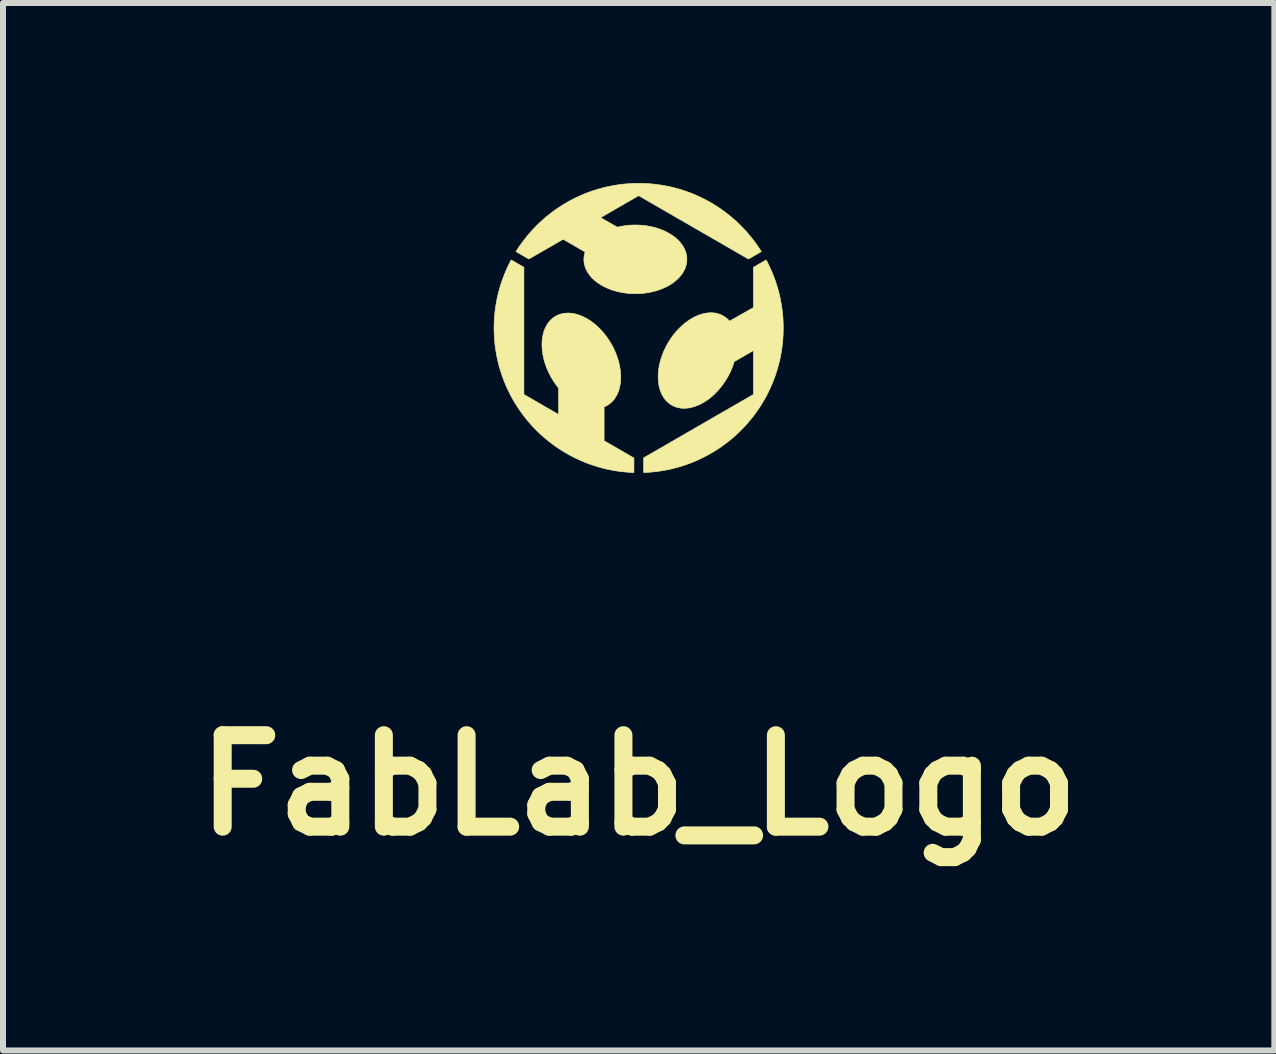
<source format=kicad_pcb>
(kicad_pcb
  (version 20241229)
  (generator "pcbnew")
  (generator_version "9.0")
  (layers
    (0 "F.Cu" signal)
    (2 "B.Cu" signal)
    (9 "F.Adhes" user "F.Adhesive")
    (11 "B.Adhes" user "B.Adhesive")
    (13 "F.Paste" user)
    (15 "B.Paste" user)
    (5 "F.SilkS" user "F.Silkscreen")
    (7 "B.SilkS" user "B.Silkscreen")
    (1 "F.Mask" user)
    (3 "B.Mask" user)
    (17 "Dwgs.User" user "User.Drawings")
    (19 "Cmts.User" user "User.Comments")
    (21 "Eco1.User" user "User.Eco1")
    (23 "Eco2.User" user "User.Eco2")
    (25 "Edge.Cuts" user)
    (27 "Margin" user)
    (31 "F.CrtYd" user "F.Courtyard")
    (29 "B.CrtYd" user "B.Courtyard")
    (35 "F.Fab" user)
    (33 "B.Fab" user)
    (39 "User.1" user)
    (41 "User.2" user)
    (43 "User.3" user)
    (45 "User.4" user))
  (footprint "FabLab_Logo"
    (layer "F.Cu")
    (at 7.591 2.414)
    (property "Reference" "FabLab_Logo" (at 0 7.62 0) (layer "F.SilkS") (effects (font (size 1.524 1.524) (thickness 0.3))))
    (attr through_hole)
    (fp_poly (pts (xy -2.123 -1.133) (xy -2.122 -1.132) (xy -2.119 -1.131) (xy -2.116 -1.129) (xy -2.112 -1.126) (xy -2.107 -1.123) (xy -2.101 -1.12) (xy -2.095 -1.117) (xy -2.088 -1.113) (xy -2.08 -1.108) (xy -2.072 -1.104) (xy -2.063 -1.099) (xy -2.054 -1.093) (xy -2.045 -1.088) (xy -2.035 -1.082) (xy -2.025 -1.076) (xy -2.018 -1.072) (xy -1.912 -1.011) (xy -1.912 0.048) (xy -1.912 1.108) (xy -1.623 1.275) (xy -1.606 1.285) (xy -1.589 1.295) (xy -1.573 1.304) (xy -1.557 1.313) (xy -1.541 1.323) (xy -1.525 1.332) (xy -1.51 1.34) (xy -1.495 1.349) (xy -1.481 1.357) (xy -1.467 1.365) (xy -1.454 1.373) (xy -1.441 1.38) (xy -1.429 1.387) (xy -1.417 1.394) (xy -1.407 1.4) (xy -1.396 1.406) (xy -1.387 1.412) (xy -1.378 1.417) (xy -1.37 1.421) (xy -1.362 1.426) (xy -1.356 1.429) (xy -1.35 1.433) (xy -1.345 1.435) (xy -1.341 1.438) (xy -1.338 1.44) (xy -1.336 1.441) (xy -1.335 1.441) (xy -1.334 1.442) (xy -1.334 1.441) (xy -1.334 1.439) (xy -1.334 1.436) (xy -1.334 1.433) (xy -1.334 1.428) (xy -1.334 1.422) (xy -1.334 1.415) (xy -1.334 1.407) (xy -1.334 1.399) (xy -1.334 1.39) (xy -1.334 1.379) (xy -1.334 1.369) (xy -1.334 1.357) (xy -1.334 1.345) (xy -1.334 1.332) (xy -1.334 1.319) (xy -1.334 1.305) (xy -1.334 1.291) (xy -1.334 1.276) (xy -1.334 1.261) (xy -1.334 1.245) (xy -1.334 1.229) (xy -1.334 1.002) (xy -1.344 0.989) (xy -1.367 0.96) (xy -1.388 0.931) (xy -1.409 0.9) (xy -1.429 0.869) (xy -1.448 0.838) (xy -1.466 0.806) (xy -1.483 0.773) (xy -1.5 0.74) (xy -1.515 0.707) (xy -1.529 0.674) (xy -1.542 0.64) (xy -1.554 0.606) (xy -1.565 0.572) (xy -1.575 0.538) (xy -1.583 0.504) (xy -1.585 0.497) (xy -1.59 0.471) (xy -1.595 0.446) (xy -1.6 0.421) (xy -1.603 0.396) (xy -1.606 0.371) (xy -1.608 0.345) (xy -1.61 0.32) (xy -1.61 0.315) (xy -1.61 0.31) (xy -1.61 0.304) (xy -1.61 0.298) (xy -1.611 0.29) (xy -1.611 0.283) (xy -1.611 0.276) (xy -1.611 0.268) (xy -1.611 0.261) (xy -1.61 0.254) (xy -1.61 0.248) (xy -1.61 0.242) (xy -1.61 0.238) (xy -1.61 0.236) (xy -1.608 0.213) (xy -1.606 0.191) (xy -1.604 0.17) (xy -1.601 0.15) (xy -1.597 0.131) (xy -1.593 0.112) (xy -1.589 0.093) (xy -1.583 0.074) (xy -1.578 0.055) (xy -1.576 0.052) (xy -1.568 0.029) (xy -1.559 0.007) (xy -1.549 -0.014) (xy -1.539 -0.034) (xy -1.527 -0.054) (xy -1.515 -0.073) (xy -1.502 -0.091) (xy -1.489 -0.108) (xy -1.474 -0.124) (xy -1.459 -0.139) (xy -1.443 -0.153) (xy -1.44 -0.157) (xy -1.423 -0.17) (xy -1.405 -0.182) (xy -1.387 -0.193) (xy -1.369 -0.203) (xy -1.35 -0.213) (xy -1.33 -0.221) (xy -1.31 -0.228) (xy -1.289 -0.234) (xy -1.271 -0.238) (xy -1.249 -0.242) (xy -1.228 -0.245) (xy -1.205 -0.247) (xy -1.183 -0.248) (xy -1.16 -0.248) (xy -1.137 -0.246) (xy -1.114 -0.244) (xy -1.09 -0.24) (xy -1.066 -0.236) (xy -1.042 -0.23) (xy -1.018 -0.223) (xy -1.001 -0.218) (xy -0.975 -0.208) (xy -0.949 -0.198) (xy -0.923 -0.186) (xy -0.897 -0.173) (xy -0.871 -0.16) (xy -0.845 -0.145) (xy -0.82 -0.129) (xy -0.795 -0.112) (xy -0.77 -0.094) (xy -0.746 -0.075) (xy -0.721 -0.055) (xy -0.697 -0.034) (xy -0.674 -0.013) (xy -0.651 0.01) (xy -0.628 0.033) (xy -0.606 0.058) (xy -0.59 0.076) (xy -0.568 0.104) (xy -0.545 0.132) (xy -0.524 0.161) (xy -0.503 0.191) (xy -0.484 0.222) (xy -0.465 0.252) (xy -0.447 0.284) (xy -0.43 0.315) (xy -0.414 0.348) (xy -0.399 0.38) (xy -0.385 0.413) (xy -0.372 0.446) (xy -0.36 0.479) (xy -0.349 0.512) (xy -0.339 0.546) (xy -0.33 0.579) (xy -0.322 0.613) (xy -0.315 0.646) (xy -0.31 0.68) (xy -0.307 0.695) (xy -0.305 0.713) (xy -0.303 0.731) (xy -0.302 0.747) (xy -0.301 0.764) (xy -0.3 0.781) (xy -0.299 0.798) (xy -0.299 0.817) (xy -0.299 0.818) (xy -0.299 0.827) (xy -0.299 0.836) (xy -0.299 0.843) (xy -0.3 0.85) (xy -0.3 0.857) (xy -0.3 0.864) (xy -0.301 0.871) (xy -0.301 0.878) (xy -0.302 0.886) (xy -0.302 0.886) (xy -0.304 0.913) (xy -0.308 0.939) (xy -0.313 0.965) (xy -0.318 0.99) (xy -0.324 1.014) (xy -0.331 1.038) (xy -0.339 1.061) (xy -0.348 1.083) (xy -0.358 1.105) (xy -0.368 1.125) (xy -0.38 1.145) (xy -0.392 1.164) (xy -0.393 1.167) (xy -0.406 1.185) (xy -0.42 1.202) (xy -0.435 1.219) (xy -0.45 1.234) (xy -0.466 1.248) (xy -0.482 1.262) (xy -0.499 1.274) (xy -0.517 1.286) (xy -0.536 1.297) (xy -0.555 1.306) (xy -0.567 1.312) (xy -0.576 1.315) (xy -0.576 1.88) (xy -0.327 2.023) (xy -0.079 2.167) (xy -0.079 2.288) (xy -0.079 2.409) (xy -0.086 2.409) (xy -0.089 2.409) (xy -0.092 2.409) (xy -0.095 2.409) (xy -0.097 2.409) (xy -0.15 2.406) (xy -0.203 2.402) (xy -0.256 2.397) (xy -0.309 2.391) (xy -0.362 2.384) (xy -0.414 2.375) (xy -0.466 2.365) (xy -0.518 2.355) (xy -0.569 2.343) (xy -0.621 2.33) (xy -0.671 2.316) (xy -0.722 2.3) (xy -0.772 2.284) (xy -0.822 2.267) (xy -0.871 2.248) (xy -0.92 2.228) (xy -0.969 2.208) (xy -1.017 2.186) (xy -1.065 2.163) (xy -1.112 2.139) (xy -1.135 2.127) (xy -1.182 2.101) (xy -1.228 2.074) (xy -1.273 2.047) (xy -1.318 2.018) (xy -1.362 1.989) (xy -1.406 1.958) (xy -1.449 1.926) (xy -1.491 1.894) (xy -1.532 1.86) (xy -1.573 1.826) (xy -1.613 1.791) (xy -1.636 1.77) (xy -1.653 1.754) (xy -1.67 1.738) (xy -1.688 1.721) (xy -1.705 1.703) (xy -1.723 1.685) (xy -1.74 1.668) (xy -1.757 1.65) (xy -1.773 1.633) (xy -1.776 1.63) (xy -1.811 1.59) (xy -1.846 1.55) (xy -1.88 1.509) (xy -1.912 1.467) (xy -1.944 1.425) (xy -1.975 1.382) (xy -2.005 1.338) (xy -2.033 1.294) (xy -2.061 1.249) (xy -2.088 1.204) (xy -2.114 1.158) (xy -2.139 1.112) (xy -2.162 1.065) (xy -2.185 1.017) (xy -2.207 0.969) (xy -2.227 0.921) (xy -2.247 0.872) (xy -2.265 0.823) (xy -2.283 0.773) (xy -2.299 0.723) (xy -2.314 0.673) (xy -2.329 0.622) (xy -2.342 0.571) (xy -2.353 0.519) (xy -2.363 0.475) (xy -2.372 0.425) (xy -2.38 0.375) (xy -2.388 0.325) (xy -2.394 0.275) (xy -2.399 0.224) (xy -2.403 0.173) (xy -2.406 0.122) (xy -2.408 0.07) (xy -2.409 0.061) (xy -2.409 0.047) (xy -2.409 0.033) (xy -2.409 0.018) (xy -2.409 0.002) (xy -2.409 -0.015) (xy -2.409 -0.031) (xy -2.409 -0.048) (xy -2.408 -0.064) (xy -2.408 -0.08) (xy -2.407 -0.096) (xy -2.407 -0.111) (xy -2.406 -0.125) (xy -2.406 -0.128) (xy -2.402 -0.181) (xy -2.398 -0.234) (xy -2.392 -0.287) (xy -2.385 -0.339) (xy -2.377 -0.391) (xy -2.368 -0.443) (xy -2.358 -0.495) (xy -2.346 -0.547) (xy -2.333 -0.598) (xy -2.32 -0.649) (xy -2.305 -0.7) (xy -2.289 -0.75) (xy -2.272 -0.8) (xy -2.253 -0.85) (xy -2.234 -0.899) (xy -2.213 -0.948) (xy -2.192 -0.997) (xy -2.169 -1.045) (xy -2.145 -1.093) (xy -2.135 -1.114) (xy -2.132 -1.118) (xy -2.13 -1.122) (xy -2.128 -1.126) (xy -2.126 -1.129) (xy -2.125 -1.131) (xy -2.124 -1.133) (xy -2.124 -1.133) (xy -2.124 -1.133) (xy -2.123 -1.133)) (stroke (width 0.01) (type solid)) (fill yes) (layer "F.SilkS"))
    (fp_poly (pts (xy 2.125 -1.132) (xy 2.126 -1.13) (xy 2.127 -1.128) (xy 2.129 -1.125) (xy 2.131 -1.121) (xy 2.133 -1.117) (xy 2.135 -1.113) (xy 2.159 -1.065) (xy 2.182 -1.017) (xy 2.204 -0.969) (xy 2.225 -0.92) (xy 2.245 -0.871) (xy 2.264 -0.821) (xy 2.282 -0.771) (xy 2.298 -0.721) (xy 2.313 -0.671) (xy 2.328 -0.62) (xy 2.341 -0.569) (xy 2.353 -0.518) (xy 2.364 -0.466) (xy 2.373 -0.414) (xy 2.382 -0.362) (xy 2.389 -0.31) (xy 2.395 -0.257) (xy 2.401 -0.205) (xy 2.404 -0.166) (xy 2.405 -0.147) (xy 2.406 -0.129) (xy 2.407 -0.112) (xy 2.407 -0.094) (xy 2.408 -0.077) (xy 2.409 -0.059) (xy 2.409 -0.041) (xy 2.409 -0.022) (xy 2.409 -0.003) (xy 2.409 0.001) (xy 2.409 0.022) (xy 2.409 0.042) (xy 2.409 0.061) (xy 2.408 0.08) (xy 2.407 0.098) (xy 2.407 0.117) (xy 2.406 0.135) (xy 2.404 0.155) (xy 2.404 0.165) (xy 2.4 0.218) (xy 2.394 0.271) (xy 2.388 0.324) (xy 2.38 0.376) (xy 2.372 0.428) (xy 2.362 0.48) (xy 2.351 0.532) (xy 2.338 0.583) (xy 2.325 0.634) (xy 2.311 0.685) (xy 2.295 0.736) (xy 2.279 0.786) (xy 2.261 0.835) (xy 2.242 0.885) (xy 2.222 0.934) (xy 2.201 0.982) (xy 2.179 1.03) (xy 2.156 1.078) (xy 2.132 1.125) (xy 2.112 1.162) (xy 2.086 1.208) (xy 2.059 1.253) (xy 2.031 1.298) (xy 2.002 1.343) (xy 1.971 1.386) (xy 1.94 1.43) (xy 1.909 1.472) (xy 1.876 1.513) (xy 1.842 1.554) (xy 1.807 1.595) (xy 1.772 1.634) (xy 1.735 1.673) (xy 1.698 1.71) (xy 1.66 1.748) (xy 1.621 1.784) (xy 1.592 1.81) (xy 1.552 1.844) (xy 1.511 1.878) (xy 1.469 1.911) (xy 1.426 1.943) (xy 1.383 1.974) (xy 1.34 2.004) (xy 1.295 2.033) (xy 1.25 2.061) (xy 1.204 2.088) (xy 1.158 2.114) (xy 1.111 2.139) (xy 1.064 2.163) (xy 1.027 2.181) (xy 0.979 2.203) (xy 0.931 2.224) (xy 0.882 2.244) (xy 0.832 2.263) (xy 0.782 2.281) (xy 0.732 2.297) (xy 0.681 2.313) (xy 0.631 2.327) (xy 0.579 2.34) (xy 0.528 2.353) (xy 0.476 2.364) (xy 0.424 2.373) (xy 0.371 2.382) (xy 0.319 2.39) (xy 0.307 2.391) (xy 0.272 2.395) (xy 0.237 2.399) (xy 0.202 2.402) (xy 0.166 2.405) (xy 0.129 2.407) (xy 0.092 2.409) (xy 0.092 2.409) (xy 0.082 2.409) (xy 0.082 2.165) (xy 0.996 1.637) (xy 1.027 1.62) (xy 1.057 1.602) (xy 1.087 1.585) (xy 1.117 1.567) (xy 1.146 1.55) (xy 1.175 1.534) (xy 1.204 1.517) (xy 1.233 1.5) (xy 1.261 1.484) (xy 1.289 1.468) (xy 1.316 1.452) (xy 1.343 1.437) (xy 1.37 1.421) (xy 1.396 1.406) (xy 1.421 1.391) (xy 1.447 1.377) (xy 1.471 1.363) (xy 1.496 1.349) (xy 1.519 1.335) (xy 1.543 1.322) (xy 1.565 1.308) (xy 1.587 1.296) (xy 1.609 1.283) (xy 1.63 1.271) (xy 1.65 1.259) (xy 1.67 1.248) (xy 1.689 1.237) (xy 1.707 1.227) (xy 1.725 1.216) (xy 1.742 1.207) (xy 1.758 1.197) (xy 1.773 1.188) (xy 1.788 1.18) (xy 1.802 1.171) (xy 1.816 1.164) (xy 1.828 1.157) (xy 1.84 1.15) (xy 1.851 1.144) (xy 1.861 1.138) (xy 1.87 1.132) (xy 1.878 1.128) (xy 1.886 1.123) (xy 1.892 1.12) (xy 1.898 1.116) (xy 1.902 1.114) (xy 1.906 1.111) (xy 1.909 1.11) (xy 1.911 1.109) (xy 1.911 1.108) (xy 1.911 1.108) (xy 1.911 1.108) (xy 1.911 1.108) (xy 1.911 1.107) (xy 1.912 1.106) (xy 1.912 1.105) (xy 1.912 1.103) (xy 1.912 1.101) (xy 1.912 1.099) (xy 1.912 1.096) (xy 1.912 1.092) (xy 1.912 1.088) (xy 1.912 1.084) (xy 1.912 1.079) (xy 1.912 1.074) (xy 1.912 1.067) (xy 1.912 1.061) (xy 1.912 1.053) (xy 1.912 1.045) (xy 1.912 1.037) (xy 1.912 1.027) (xy 1.912 1.017) (xy 1.912 1.006) (xy 1.912 0.994) (xy 1.912 0.982) (xy 1.912 0.968) (xy 1.912 0.954) (xy 1.912 0.939) (xy 1.912 0.923) (xy 1.912 0.906) (xy 1.912 0.888) (xy 1.912 0.869) (xy 1.912 0.849) (xy 1.912 0.827) (xy 1.912 0.805) (xy 1.912 0.782) (xy 1.912 0.757) (xy 1.912 0.742) (xy 1.912 0.376) (xy 1.752 0.469) (xy 1.592 0.561) (xy 1.586 0.581) (xy 1.574 0.616) (xy 1.561 0.652) (xy 1.547 0.687) (xy 1.532 0.722) (xy 1.515 0.756) (xy 1.498 0.79) (xy 1.48 0.823) (xy 1.46 0.856) (xy 1.44 0.888) (xy 1.419 0.919) (xy 1.397 0.95) (xy 1.373 0.98) (xy 1.353 1.005) (xy 1.344 1.017) (xy 1.335 1.027) (xy 1.326 1.037) (xy 1.317 1.047) (xy 1.308 1.057) (xy 1.298 1.066) (xy 1.288 1.077) (xy 1.286 1.079) (xy 1.27 1.096) (xy 1.253 1.111) (xy 1.238 1.126) (xy 1.222 1.14) (xy 1.206 1.153) (xy 1.189 1.167) (xy 1.172 1.18) (xy 1.164 1.186) (xy 1.153 1.194) (xy 1.142 1.202) (xy 1.131 1.209) (xy 1.12 1.216) (xy 1.113 1.222) (xy 1.088 1.237) (xy 1.064 1.251) (xy 1.039 1.264) (xy 1.015 1.276) (xy 0.99 1.287) (xy 0.965 1.297) (xy 0.941 1.306) (xy 0.916 1.314) (xy 0.892 1.321) (xy 0.867 1.327) (xy 0.843 1.332) (xy 0.819 1.335) (xy 0.816 1.335) (xy 0.81 1.336) (xy 0.804 1.337) (xy 0.798 1.337) (xy 0.793 1.338) (xy 0.787 1.338) (xy 0.781 1.338) (xy 0.775 1.338) (xy 0.768 1.338) (xy 0.765 1.339) (xy 0.756 1.339) (xy 0.748 1.339) (xy 0.741 1.339) (xy 0.735 1.338) (xy 0.729 1.338) (xy 0.723 1.338) (xy 0.717 1.337) (xy 0.71 1.336) (xy 0.708 1.336) (xy 0.686 1.333) (xy 0.665 1.329) (xy 0.644 1.324) (xy 0.623 1.318) (xy 0.603 1.311) (xy 0.584 1.303) (xy 0.565 1.293) (xy 0.546 1.283) (xy 0.528 1.272) (xy 0.511 1.259) (xy 0.495 1.246) (xy 0.479 1.232) (xy 0.463 1.217) (xy 0.449 1.201) (xy 0.435 1.184) (xy 0.422 1.166) (xy 0.419 1.161) (xy 0.411 1.149) (xy 0.403 1.136) (xy 0.395 1.122) (xy 0.388 1.108) (xy 0.381 1.093) (xy 0.374 1.079) (xy 0.369 1.065) (xy 0.368 1.063) (xy 0.359 1.04) (xy 0.352 1.015) (xy 0.345 0.99) (xy 0.339 0.965) (xy 0.335 0.939) (xy 0.331 0.912) (xy 0.328 0.885) (xy 0.326 0.857) (xy 0.325 0.829) (xy 0.325 0.801) (xy 0.326 0.772) (xy 0.328 0.742) (xy 0.331 0.713) (xy 0.334 0.683) (xy 0.339 0.653) (xy 0.339 0.65) (xy 0.346 0.616) (xy 0.354 0.582) (xy 0.363 0.547) (xy 0.373 0.513) (xy 0.384 0.479) (xy 0.396 0.445) (xy 0.409 0.412) (xy 0.424 0.378) (xy 0.439 0.345) (xy 0.455 0.312) (xy 0.473 0.279) (xy 0.491 0.246) (xy 0.511 0.214) (xy 0.516 0.207) (xy 0.535 0.178) (xy 0.555 0.15) (xy 0.575 0.122) (xy 0.597 0.094) (xy 0.62 0.067) (xy 0.643 0.04) (xy 0.645 0.038) (xy 0.648 0.035) (xy 0.652 0.031) (xy 0.657 0.026) (xy 0.662 0.021) (xy 0.667 0.015) (xy 0.673 0.009) (xy 0.679 0.004) (xy 0.685 -0.002) (xy 0.69 -0.008) (xy 0.696 -0.013) (xy 0.701 -0.019) (xy 0.706 -0.023) (xy 0.71 -0.027) (xy 0.713 -0.03) (xy 0.713 -0.03) (xy 0.739 -0.053) (xy 0.764 -0.074) (xy 0.79 -0.094) (xy 0.816 -0.113) (xy 0.842 -0.131) (xy 0.868 -0.148) (xy 0.894 -0.163) (xy 0.921 -0.178) (xy 0.948 -0.191) (xy 0.975 -0.203) (xy 1.001 -0.214) (xy 1.026 -0.222) (xy 1.051 -0.23) (xy 1.076 -0.237) (xy 1.101 -0.242) (xy 1.126 -0.247) (xy 1.151 -0.25) (xy 1.164 -0.251) (xy 1.168 -0.252) (xy 1.174 -0.252) (xy 1.18 -0.252) (xy 1.187 -0.253) (xy 1.194 -0.253) (xy 1.201 -0.253) (xy 1.208 -0.253) (xy 1.215 -0.253) (xy 1.221 -0.253) (xy 1.227 -0.253) (xy 1.23 -0.252) (xy 1.253 -0.25) (xy 1.275 -0.248) (xy 1.296 -0.244) (xy 1.317 -0.238) (xy 1.338 -0.232) (xy 1.358 -0.225) (xy 1.377 -0.217) (xy 1.396 -0.208) (xy 1.415 -0.197) (xy 1.433 -0.186) (xy 1.45 -0.173) (xy 1.46 -0.166) (xy 1.467 -0.16) (xy 1.474 -0.154) (xy 1.482 -0.147) (xy 1.489 -0.14) (xy 1.496 -0.133) (xy 1.503 -0.126) (xy 1.507 -0.122) (xy 1.514 -0.114) (xy 1.523 -0.119) (xy 1.524 -0.12) (xy 1.526 -0.121) (xy 1.529 -0.123) (xy 1.533 -0.125) (xy 1.538 -0.128) (xy 1.544 -0.131) (xy 1.55 -0.135) (xy 1.558 -0.139) (xy 1.566 -0.143) (xy 1.574 -0.148) (xy 1.584 -0.153) (xy 1.594 -0.159) (xy 1.604 -0.165) (xy 1.615 -0.171) (xy 1.627 -0.178) (xy 1.639 -0.185) (xy 1.651 -0.192) (xy 1.664 -0.199) (xy 1.677 -0.206) (xy 1.69 -0.214) (xy 1.704 -0.222) (xy 1.718 -0.23) (xy 1.722 -0.232) (xy 1.912 -0.34) (xy 1.912 -0.675) (xy 1.912 -1.01) (xy 2.018 -1.072) (xy 2.032 -1.079) (xy 2.044 -1.087) (xy 2.056 -1.094) (xy 2.067 -1.1) (xy 2.077 -1.106) (xy 2.086 -1.111) (xy 2.094 -1.115) (xy 2.101 -1.119) (xy 2.108 -1.123) (xy 2.113 -1.126) (xy 2.117 -1.128) (xy 2.121 -1.13) (xy 2.123 -1.131) (xy 2.124 -1.132) (xy 2.125 -1.132) (xy 2.125 -1.132)) (stroke (width 0.01) (type solid)) (fill yes) (layer "F.SilkS"))
    (fp_poly (pts (xy 0.031 -2.409) (xy 0.058 -2.409) (xy 0.084 -2.408) (xy 0.098 -2.407) (xy 0.151 -2.405) (xy 0.203 -2.401) (xy 0.256 -2.396) (xy 0.308 -2.39) (xy 0.361 -2.382) (xy 0.413 -2.374) (xy 0.465 -2.364) (xy 0.516 -2.354) (xy 0.568 -2.342) (xy 0.606 -2.332) (xy 0.657 -2.318) (xy 0.707 -2.304) (xy 0.757 -2.287) (xy 0.807 -2.27) (xy 0.857 -2.252) (xy 0.906 -2.233) (xy 0.954 -2.212) (xy 1.002 -2.191) (xy 1.05 -2.168) (xy 1.097 -2.145) (xy 1.144 -2.12) (xy 1.19 -2.095) (xy 1.235 -2.068) (xy 1.28 -2.04) (xy 1.324 -2.012) (xy 1.368 -1.982) (xy 1.411 -1.951) (xy 1.454 -1.92) (xy 1.496 -1.887) (xy 1.537 -1.854) (xy 1.577 -1.819) (xy 1.617 -1.784) (xy 1.626 -1.776) (xy 1.642 -1.76) (xy 1.66 -1.744) (xy 1.677 -1.727) (xy 1.695 -1.71) (xy 1.713 -1.692) (xy 1.73 -1.674) (xy 1.747 -1.656) (xy 1.764 -1.639) (xy 1.779 -1.622) (xy 1.784 -1.617) (xy 1.819 -1.577) (xy 1.853 -1.536) (xy 1.886 -1.496) (xy 1.919 -1.454) (xy 1.95 -1.412) (xy 1.98 -1.369) (xy 2.01 -1.325) (xy 2.033 -1.289) (xy 2.036 -1.285) (xy 2.038 -1.282) (xy 2.04 -1.278) (xy 2.042 -1.276) (xy 2.043 -1.274) (xy 2.043 -1.273) (xy 2.044 -1.272) (xy 2.043 -1.272) (xy 2.042 -1.271) (xy 2.039 -1.27) (xy 2.036 -1.268) (xy 2.032 -1.265) (xy 2.027 -1.262) (xy 2.022 -1.259) (xy 2.016 -1.256) (xy 2.009 -1.252) (xy 2.002 -1.248) (xy 1.995 -1.243) (xy 1.987 -1.239) (xy 1.978 -1.234) (xy 1.97 -1.229) (xy 1.961 -1.224) (xy 1.952 -1.219) (xy 1.943 -1.214) (xy 1.934 -1.208) (xy 1.925 -1.203) (xy 1.916 -1.198) (xy 1.907 -1.193) (xy 1.899 -1.188) (xy 1.89 -1.183) (xy 1.882 -1.178) (xy 1.874 -1.174) (xy 1.867 -1.17) (xy 1.86 -1.166) (xy 1.854 -1.162) (xy 1.848 -1.159) (xy 1.843 -1.156) (xy 1.839 -1.154) (xy 1.835 -1.152) (xy 1.832 -1.15) (xy 1.83 -1.149) (xy 1.829 -1.148) (xy 1.829 -1.148) (xy 1.829 -1.149) (xy 1.827 -1.15) (xy 1.825 -1.151) (xy 1.821 -1.153) (xy 1.817 -1.156) (xy 1.811 -1.159) (xy 1.805 -1.162) (xy 1.798 -1.166) (xy 1.79 -1.171) (xy 1.781 -1.176) (xy 1.772 -1.182) (xy 1.761 -1.188) (xy 1.75 -1.194) (xy 1.738 -1.201) (xy 1.725 -1.208) (xy 1.712 -1.216) (xy 1.698 -1.224) (xy 1.683 -1.233) (xy 1.667 -1.242) (xy 1.651 -1.251) (xy 1.634 -1.261) (xy 1.617 -1.271) (xy 1.599 -1.281) (xy 1.581 -1.292) (xy 1.562 -1.303) (xy 1.542 -1.314) (xy 1.522 -1.326) (xy 1.501 -1.338) (xy 1.48 -1.35) (xy 1.459 -1.362) (xy 1.437 -1.375) (xy 1.414 -1.388) (xy 1.392 -1.401) (xy 1.368 -1.414) (xy 1.345 -1.428) (xy 1.321 -1.442) (xy 1.297 -1.456) (xy 1.273 -1.47) (xy 1.248 -1.484) (xy 1.223 -1.498) (xy 1.198 -1.513) (xy 1.172 -1.528) (xy 1.147 -1.542) (xy 1.121 -1.557) (xy 1.095 -1.572) (xy 1.069 -1.587) (xy 1.043 -1.602) (xy 1.017 -1.617) (xy 0.991 -1.633) (xy 0.964 -1.648) (xy 0.938 -1.663) (xy 0.911 -1.678) (xy 0.885 -1.694) (xy 0.858 -1.709) (xy 0.832 -1.724) (xy 0.806 -1.739) (xy 0.78 -1.754) (xy 0.753 -1.769) (xy 0.727 -1.785) (xy 0.702 -1.799) (xy 0.676 -1.814) (xy 0.65 -1.829) (xy 0.625 -1.844) (xy 0.6 -1.858) (xy 0.575 -1.872) (xy 0.551 -1.887) (xy 0.526 -1.901) (xy 0.502 -1.915) (xy 0.478 -1.928) (xy 0.455 -1.942) (xy 0.432 -1.955) (xy 0.409 -1.968) (xy 0.387 -1.981) (xy 0.365 -1.994) (xy 0.344 -2.006) (xy 0.323 -2.018) (xy 0.303 -2.03) (xy 0.283 -2.041) (xy 0.263 -2.053) (xy 0.244 -2.064) (xy 0.226 -2.074) (xy 0.208 -2.084) (xy 0.191 -2.094) (xy 0.174 -2.104) (xy 0.158 -2.113) (xy 0.143 -2.122) (xy 0.128 -2.131) (xy 0.114 -2.139) (xy 0.101 -2.146) (xy 0.089 -2.153) (xy 0.077 -2.16) (xy 0.066 -2.167) (xy 0.056 -2.172) (xy 0.046 -2.178) (xy 0.038 -2.183) (xy 0.03 -2.187) (xy 0.023 -2.191) (xy 0.017 -2.195) (xy 0.012 -2.198) (xy 0.008 -2.2) (xy 0.005 -2.202) (xy 0.003 -2.203) (xy 0.001 -2.204) (xy 0.001 -2.204) (xy 0.001 -2.204) (xy 0.000178 -2.204) (xy -0.001 -2.203) (xy -0.002 -2.202) (xy -0.004 -2.201) (xy -0.007 -2.2) (xy -0.01 -2.198) (xy -0.013 -2.196) (xy -0.017 -2.194) (xy -0.022 -2.191) (xy -0.027 -2.188) (xy -0.033 -2.185) (xy -0.039 -2.181) (xy -0.047 -2.177) (xy -0.054 -2.173) (xy -0.063 -2.168) (xy -0.072 -2.163) (xy -0.082 -2.157) (xy -0.092 -2.151) (xy -0.103 -2.145) (xy -0.115 -2.138) (xy -0.128 -2.13) (xy -0.142 -2.123) (xy -0.156 -2.114) (xy -0.172 -2.105) (xy -0.188 -2.096) (xy -0.205 -2.086) (xy -0.223 -2.076) (xy -0.242 -2.065) (xy -0.262 -2.053) (xy -0.283 -2.041) (xy -0.305 -2.029) (xy -0.317 -2.022) (xy -0.335 -2.011) (xy -0.353 -2.001) (xy -0.37 -1.991) (xy -0.387 -1.981) (xy -0.404 -1.971) (xy -0.42 -1.962) (xy -0.436 -1.953) (xy -0.452 -1.944) (xy -0.467 -1.935) (xy -0.482 -1.926) (xy -0.496 -1.918) (xy -0.509 -1.91) (xy -0.522 -1.903) (xy -0.535 -1.896) (xy -0.547 -1.889) (xy -0.558 -1.882) (xy -0.569 -1.876) (xy -0.579 -1.87) (xy -0.588 -1.865) (xy -0.596 -1.86) (xy -0.604 -1.856) (xy -0.611 -1.852) (xy -0.617 -1.848) (xy -0.622 -1.845) (xy -0.626 -1.843) (xy -0.63 -1.841) (xy -0.632 -1.839) (xy -0.634 -1.838) (xy -0.634 -1.838) (xy -0.634 -1.838) (xy -0.632 -1.837) (xy -0.63 -1.835) (xy -0.626 -1.834) (xy -0.622 -1.831) (xy -0.617 -1.828) (xy -0.611 -1.825) (xy -0.605 -1.821) (xy -0.598 -1.817) (xy -0.59 -1.813) (xy -0.581 -1.808) (xy -0.572 -1.803) (xy -0.563 -1.797) (xy -0.553 -1.792) (xy -0.542 -1.786) (xy -0.531 -1.779) (xy -0.52 -1.773) (xy -0.509 -1.766) (xy -0.497 -1.76) (xy -0.495 -1.758) (xy -0.355 -1.679) (xy -0.337 -1.683) (xy -0.304 -1.691) (xy -0.269 -1.697) (xy -0.235 -1.702) (xy -0.199 -1.707) (xy -0.163 -1.711) (xy -0.127 -1.713) (xy -0.114 -1.714) (xy -0.105 -1.714) (xy -0.095 -1.715) (xy -0.084 -1.715) (xy -0.072 -1.715) (xy -0.06 -1.715) (xy -0.048 -1.715) (xy -0.036 -1.715) (xy -0.024 -1.715) (xy -0.012 -1.714) (xy -0.000319 -1.714) (xy 0.01 -1.714) (xy 0.02 -1.713) (xy 0.021 -1.713) (xy 0.057 -1.71) (xy 0.093 -1.707) (xy 0.128 -1.702) (xy 0.162 -1.697) (xy 0.196 -1.69) (xy 0.23 -1.683) (xy 0.263 -1.675) (xy 0.295 -1.666) (xy 0.327 -1.655) (xy 0.359 -1.645) (xy 0.389 -1.633) (xy 0.419 -1.62) (xy 0.448 -1.607) (xy 0.477 -1.592) (xy 0.504 -1.577) (xy 0.521 -1.567) (xy 0.545 -1.552) (xy 0.568 -1.537) (xy 0.59 -1.521) (xy 0.611 -1.504) (xy 0.631 -1.487) (xy 0.65 -1.47) (xy 0.668 -1.452) (xy 0.684 -1.434) (xy 0.7 -1.415) (xy 0.703 -1.412) (xy 0.717 -1.393) (xy 0.73 -1.374) (xy 0.743 -1.355) (xy 0.754 -1.335) (xy 0.764 -1.315) (xy 0.773 -1.295) (xy 0.78 -1.274) (xy 0.787 -1.254) (xy 0.793 -1.233) (xy 0.797 -1.212) (xy 0.8 -1.191) (xy 0.8 -1.19) (xy 0.801 -1.186) (xy 0.801 -1.181) (xy 0.802 -1.177) (xy 0.802 -1.173) (xy 0.802 -1.17) (xy 0.802 -1.166) (xy 0.802 -1.161) (xy 0.803 -1.157) (xy 0.803 -1.151) (xy 0.803 -1.144) (xy 0.803 -1.143) (xy 0.803 -1.136) (xy 0.802 -1.13) (xy 0.802 -1.125) (xy 0.802 -1.12) (xy 0.802 -1.116) (xy 0.802 -1.111) (xy 0.801 -1.107) (xy 0.801 -1.103) (xy 0.8 -1.098) (xy 0.8 -1.093) (xy 0.797 -1.072) (xy 0.792 -1.051) (xy 0.786 -1.03) (xy 0.78 -1.01) (xy 0.772 -0.989) (xy 0.763 -0.969) (xy 0.752 -0.949) (xy 0.741 -0.929) (xy 0.729 -0.91) (xy 0.715 -0.89) (xy 0.7 -0.871) (xy 0.698 -0.869) (xy 0.686 -0.854) (xy 0.672 -0.839) (xy 0.658 -0.825) (xy 0.643 -0.81) (xy 0.627 -0.796) (xy 0.611 -0.782) (xy 0.606 -0.778) (xy 0.583 -0.76) (xy 0.559 -0.743) (xy 0.535 -0.727) (xy 0.509 -0.712) (xy 0.483 -0.697) (xy 0.456 -0.683) (xy 0.428 -0.67) (xy 0.4 -0.658) (xy 0.371 -0.646) (xy 0.341 -0.635) (xy 0.31 -0.625) (xy 0.279 -0.616) (xy 0.248 -0.608) (xy 0.216 -0.6) (xy 0.183 -0.593) (xy 0.15 -0.587) (xy 0.117 -0.582) (xy 0.083 -0.578) (xy 0.049 -0.575) (xy 0.017 -0.573) (xy 0.008 -0.572) (xy -0.002 -0.572) (xy -0.013 -0.572) (xy -0.025 -0.571) (xy -0.036 -0.571) (xy -0.048 -0.571) (xy -0.06 -0.571) (xy -0.071 -0.571) (xy -0.082 -0.571) (xy -0.092 -0.571) (xy -0.101 -0.572) (xy -0.102 -0.572) (xy -0.129 -0.573) (xy -0.156 -0.575) (xy -0.183 -0.577) (xy -0.21 -0.58) (xy -0.236 -0.584) (xy -0.246 -0.585) (xy -0.279 -0.591) (xy -0.311 -0.597) (xy -0.342 -0.604) (xy -0.373 -0.612) (xy -0.403 -0.62) (xy -0.433 -0.629) (xy -0.462 -0.639) (xy -0.49 -0.65) (xy -0.518 -0.662) (xy -0.545 -0.674) (xy -0.572 -0.686) (xy -0.597 -0.7) (xy -0.622 -0.714) (xy -0.646 -0.729) (xy -0.67 -0.744) (xy -0.692 -0.76) (xy -0.714 -0.777) (xy -0.734 -0.794) (xy -0.754 -0.811) (xy -0.773 -0.83) (xy -0.79 -0.848) (xy -0.807 -0.868) (xy -0.813 -0.876) (xy -0.827 -0.894) (xy -0.84 -0.912) (xy -0.852 -0.931) (xy -0.863 -0.95) (xy -0.872 -0.97) (xy -0.881 -0.989) (xy -0.889 -1.009) (xy -0.894 -1.024) (xy -0.897 -1.034) (xy -0.9 -1.045) (xy -0.903 -1.056) (xy -0.905 -1.066) (xy -0.907 -1.076) (xy -0.907 -1.078) (xy -0.91 -1.099) (xy -0.912 -1.12) (xy -0.913 -1.14) (xy -0.912 -1.161) (xy -0.91 -1.182) (xy -0.908 -1.203) (xy -0.904 -1.224) (xy -0.899 -1.244) (xy -0.895 -1.257) (xy -0.894 -1.261) (xy -0.894 -1.263) (xy -0.893 -1.265) (xy -0.893 -1.266) (xy -0.893 -1.266) (xy -0.894 -1.267) (xy -0.894 -1.267) (xy -0.896 -1.268) (xy -0.898 -1.269) (xy -0.902 -1.271) (xy -0.906 -1.274) (xy -0.911 -1.277) (xy -0.917 -1.28) (xy -0.923 -1.284) (xy -0.931 -1.288) (xy -0.939 -1.293) (xy -0.948 -1.298) (xy -0.957 -1.304) (xy -0.967 -1.309) (xy -0.978 -1.315) (xy -0.989 -1.322) (xy -1 -1.329) (xy -1.012 -1.335) (xy -1.024 -1.343) (xy -1.037 -1.35) (xy -1.05 -1.357) (xy -1.063 -1.365) (xy -1.076 -1.373) (xy -1.258 -1.478) (xy -1.542 -1.314) (xy -1.559 -1.304) (xy -1.576 -1.294) (xy -1.592 -1.285) (xy -1.609 -1.276) (xy -1.624 -1.266) (xy -1.64 -1.258) (xy -1.655 -1.249) (xy -1.669 -1.24) (xy -1.684 -1.232) (xy -1.697 -1.224) (xy -1.71 -1.217) (xy -1.723 -1.21) (xy -1.735 -1.203) (xy -1.747 -1.196) (xy -1.757 -1.19) (xy -1.768 -1.184) (xy -1.777 -1.178) (xy -1.786 -1.173) (xy -1.794 -1.169) (xy -1.801 -1.165) (xy -1.807 -1.161) (xy -1.813 -1.158) (xy -1.818 -1.155) (xy -1.822 -1.153) (xy -1.825 -1.151) (xy -1.827 -1.15) (xy -1.828 -1.149) (xy -1.828 -1.149) (xy -1.828 -1.149) (xy -1.828 -1.149) (xy -1.829 -1.15) (xy -1.83 -1.15) (xy -1.832 -1.151) (xy -1.833 -1.152) (xy -1.836 -1.153) (xy -1.838 -1.154) (xy -1.841 -1.156) (xy -1.845 -1.158) (xy -1.849 -1.161) (xy -1.854 -1.163) (xy -1.86 -1.166) (xy -1.866 -1.17) (xy -1.873 -1.174) (xy -1.881 -1.178) (xy -1.889 -1.183) (xy -1.899 -1.189) (xy -1.909 -1.195) (xy -1.92 -1.201) (xy -1.932 -1.208) (xy -1.936 -1.21) (xy -1.946 -1.216) (xy -1.956 -1.222) (xy -1.966 -1.228) (xy -1.976 -1.233) (xy -1.985 -1.238) (xy -1.993 -1.243) (xy -2.001 -1.248) (xy -2.009 -1.252) (xy -2.016 -1.256) (xy -2.022 -1.26) (xy -2.027 -1.263) (xy -2.032 -1.266) (xy -2.036 -1.268) (xy -2.039 -1.27) (xy -2.041 -1.272) (xy -2.043 -1.272) (xy -2.043 -1.273) (xy -2.043 -1.273) (xy -2.042 -1.275) (xy -2.041 -1.277) (xy -2.039 -1.28) (xy -2.037 -1.284) (xy -2.034 -1.288) (xy -2.031 -1.293) (xy -2.028 -1.297) (xy -2.024 -1.303) (xy -2.021 -1.308) (xy -2.017 -1.314) (xy -2.014 -1.319) (xy -2.011 -1.324) (xy -1.984 -1.364) (xy -1.955 -1.404) (xy -1.926 -1.444) (xy -1.896 -1.483) (xy -1.865 -1.522) (xy -1.834 -1.559) (xy -1.809 -1.588) (xy -1.774 -1.628) (xy -1.737 -1.667) (xy -1.7 -1.705) (xy -1.662 -1.742) (xy -1.623 -1.778) (xy -1.584 -1.813) (xy -1.544 -1.848) (xy -1.503 -1.881) (xy -1.461 -1.914) (xy -1.419 -1.946) (xy -1.376 -1.977) (xy -1.332 -2.006) (xy -1.288 -2.035) (xy -1.243 -2.063) (xy -1.197 -2.09) (xy -1.151 -2.116) (xy -1.105 -2.141) (xy -1.057 -2.165) (xy -1.01 -2.187) (xy -1.001 -2.191) (xy -0.952 -2.213) (xy -0.903 -2.234) (xy -0.854 -2.253) (xy -0.805 -2.271) (xy -0.755 -2.288) (xy -0.704 -2.304) (xy -0.654 -2.319) (xy -0.603 -2.333) (xy -0.552 -2.346) (xy -0.5 -2.357) (xy -0.448 -2.367) (xy -0.396 -2.377) (xy -0.344 -2.385) (xy -0.292 -2.392) (xy -0.239 -2.398) (xy -0.186 -2.402) (xy -0.133 -2.406) (xy -0.104 -2.407) (xy -0.078 -2.408) (xy -0.051 -2.409) (xy -0.024 -2.409) (xy 0.003 -2.409) (xy 0.031 -2.409)) (stroke (width 0.01) (type solid)) (fill yes) (layer "F.SilkS")))
  (gr_rect
    (start -3 -3)
    (end 18.182 14.452)
    (stroke (width 0.1) (type default))
    (fill no)
    (layer "Edge.Cuts")))
</source>
